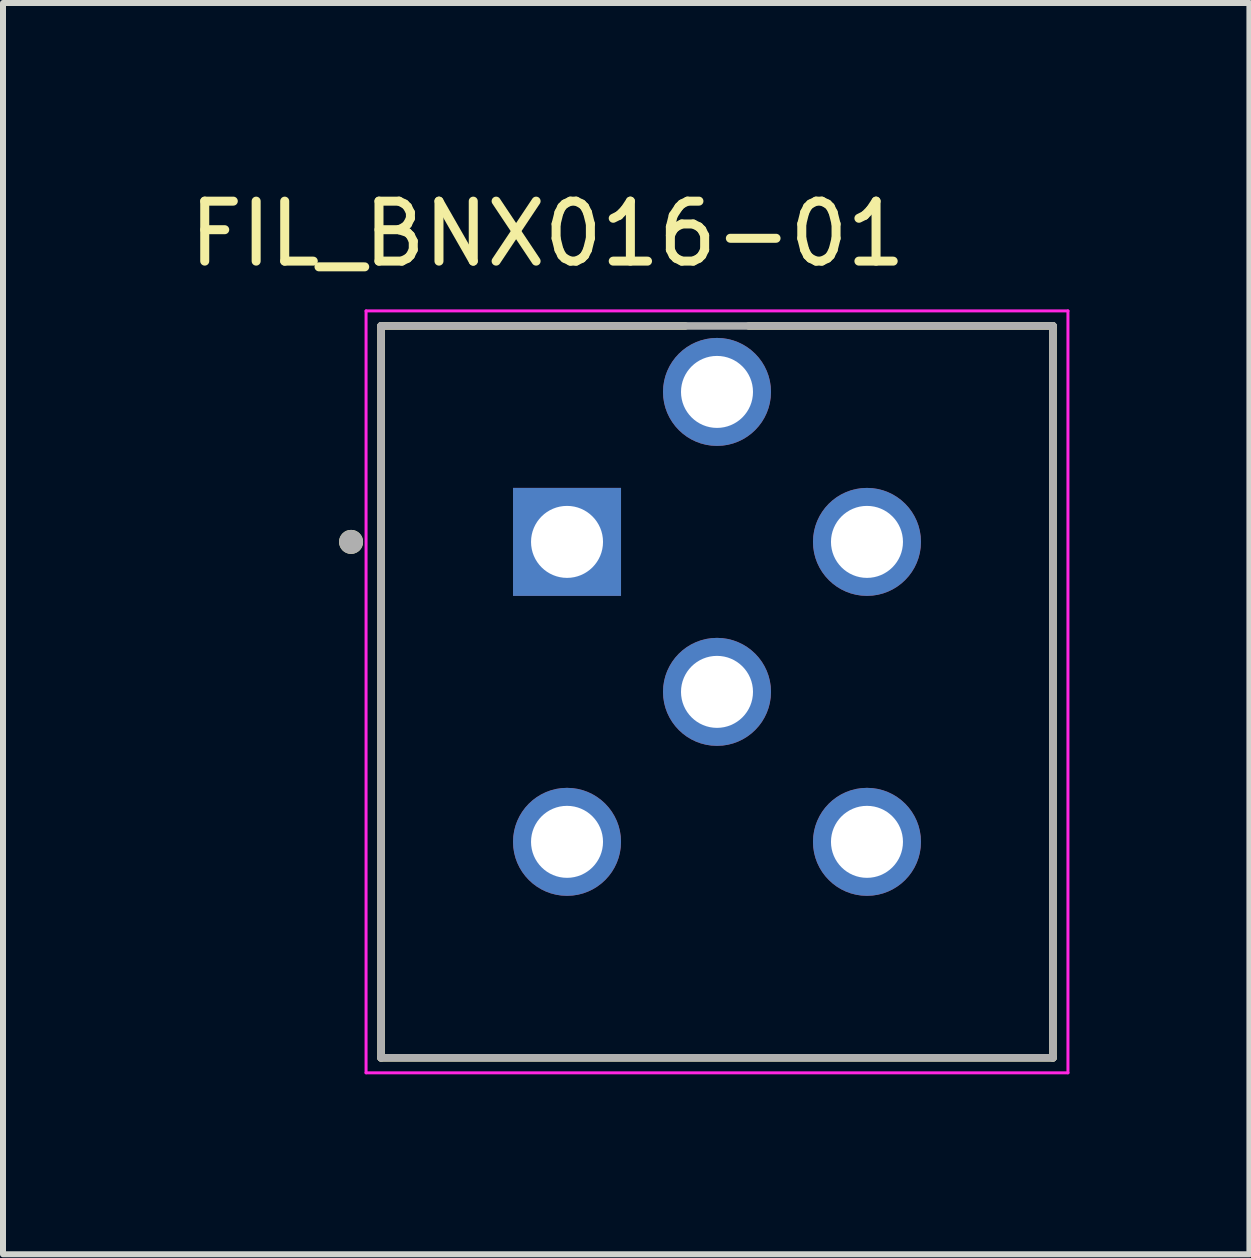
<source format=kicad_pcb>
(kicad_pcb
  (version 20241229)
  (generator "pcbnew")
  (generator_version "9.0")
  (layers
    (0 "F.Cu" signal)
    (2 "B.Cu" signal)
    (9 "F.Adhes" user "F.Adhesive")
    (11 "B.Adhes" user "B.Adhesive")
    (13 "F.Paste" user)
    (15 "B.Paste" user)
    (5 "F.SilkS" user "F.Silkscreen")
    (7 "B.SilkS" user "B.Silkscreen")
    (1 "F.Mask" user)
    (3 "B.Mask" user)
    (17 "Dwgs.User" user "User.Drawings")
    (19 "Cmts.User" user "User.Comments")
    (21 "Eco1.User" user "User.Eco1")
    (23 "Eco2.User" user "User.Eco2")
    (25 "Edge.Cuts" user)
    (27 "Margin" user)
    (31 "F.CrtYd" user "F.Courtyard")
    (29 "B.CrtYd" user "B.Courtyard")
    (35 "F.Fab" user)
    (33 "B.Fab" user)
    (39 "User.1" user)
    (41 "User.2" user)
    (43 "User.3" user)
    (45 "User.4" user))
  (footprint "FIL_BNX016-01"
    (layer "F.Cu")
    (at 8.902 8.483)
    (property "Reference" "FIL_BNX016-01" (at -2.825 -7.635 0) (layer "F.SilkS") (effects (font (size 1 1) (thickness 0.15))))
    (attr through_hole)
    (fp_line (start -5.6 -6.1) (end -0.53 -6.1) (stroke (width 0.127) (type solid)) (layer "F.SilkS"))
    (fp_line (start -5.6 6.1) (end -5.6 -6.1) (stroke (width 0.127) (type solid)) (layer "F.SilkS"))
    (fp_line (start 0.53 -6.1) (end 5.6 -6.1) (stroke (width 0.127) (type solid)) (layer "F.SilkS"))
    (fp_line (start 5.6 -6.1) (end 5.6 6.1) (stroke (width 0.127) (type solid)) (layer "F.SilkS"))
    (fp_line (start 5.6 6.1) (end -5.6 6.1) (stroke (width 0.127) (type solid)) (layer "F.SilkS"))
    (fp_circle (center -6.1 -2.5) (end -6 -2.5) (stroke (width 0.2) (type solid)) (fill no) (layer "F.SilkS"))
    (fp_line (start -5.85 -6.35) (end 5.85 -6.35) (stroke (width 0.05) (type solid)) (layer "F.CrtYd"))
    (fp_line (start -5.85 6.35) (end -5.85 -6.35) (stroke (width 0.05) (type solid)) (layer "F.CrtYd"))
    (fp_line (start 5.85 -6.35) (end 5.85 6.35) (stroke (width 0.05) (type solid)) (layer "F.CrtYd"))
    (fp_line (start 5.85 6.35) (end -5.85 6.35) (stroke (width 0.05) (type solid)) (layer "F.CrtYd"))
    (fp_line (start -5.6 -6.1) (end 5.6 -6.1) (stroke (width 0.127) (type solid)) (layer "F.Fab"))
    (fp_line (start -5.6 6.1) (end -5.6 -6.1) (stroke (width 0.127) (type solid)) (layer "F.Fab"))
    (fp_line (start 5.6 -6.1) (end 5.6 6.1) (stroke (width 0.127) (type solid)) (layer "F.Fab"))
    (fp_line (start 5.6 6.1) (end -5.6 6.1) (stroke (width 0.127) (type solid)) (layer "F.Fab"))
    (fp_circle (center -6.1 -2.5) (end -6 -2.5) (stroke (width 0.2) (type solid)) (fill no) (layer "F.Fab"))
    (pad "1" thru_hole circle (at 2.5 -2.5) (size 1.8 1.8) (drill 1.2) (layers "*.Cu" "*.Mask"))
    (pad "2" thru_hole rect (at -2.5 -2.5) (size 1.8 1.8) (drill 1.2) (layers "*.Cu" "*.Mask"))
    (pad "3" thru_hole circle (at 2.5 2.5) (size 1.8 1.8) (drill 1.2) (layers "*.Cu" "*.Mask"))
    (pad "4" thru_hole circle (at -2.5 2.5) (size 1.8 1.8) (drill 1.2) (layers "*.Cu" "*.Mask"))
    (pad "4" thru_hole circle (at 0 -5) (size 1.8 1.8) (drill 1.2) (layers "*.Cu" "*.Mask"))
    (pad "4" thru_hole circle (at 0 0) (size 1.8 1.8) (drill 1.2) (layers "*.Cu" "*.Mask")))
  (gr_rect
    (start -3 -3)
    (end 17.777 17.858)
    (stroke (width 0.1) (type default))
    (fill no)
    (layer "Edge.Cuts")))
</source>
